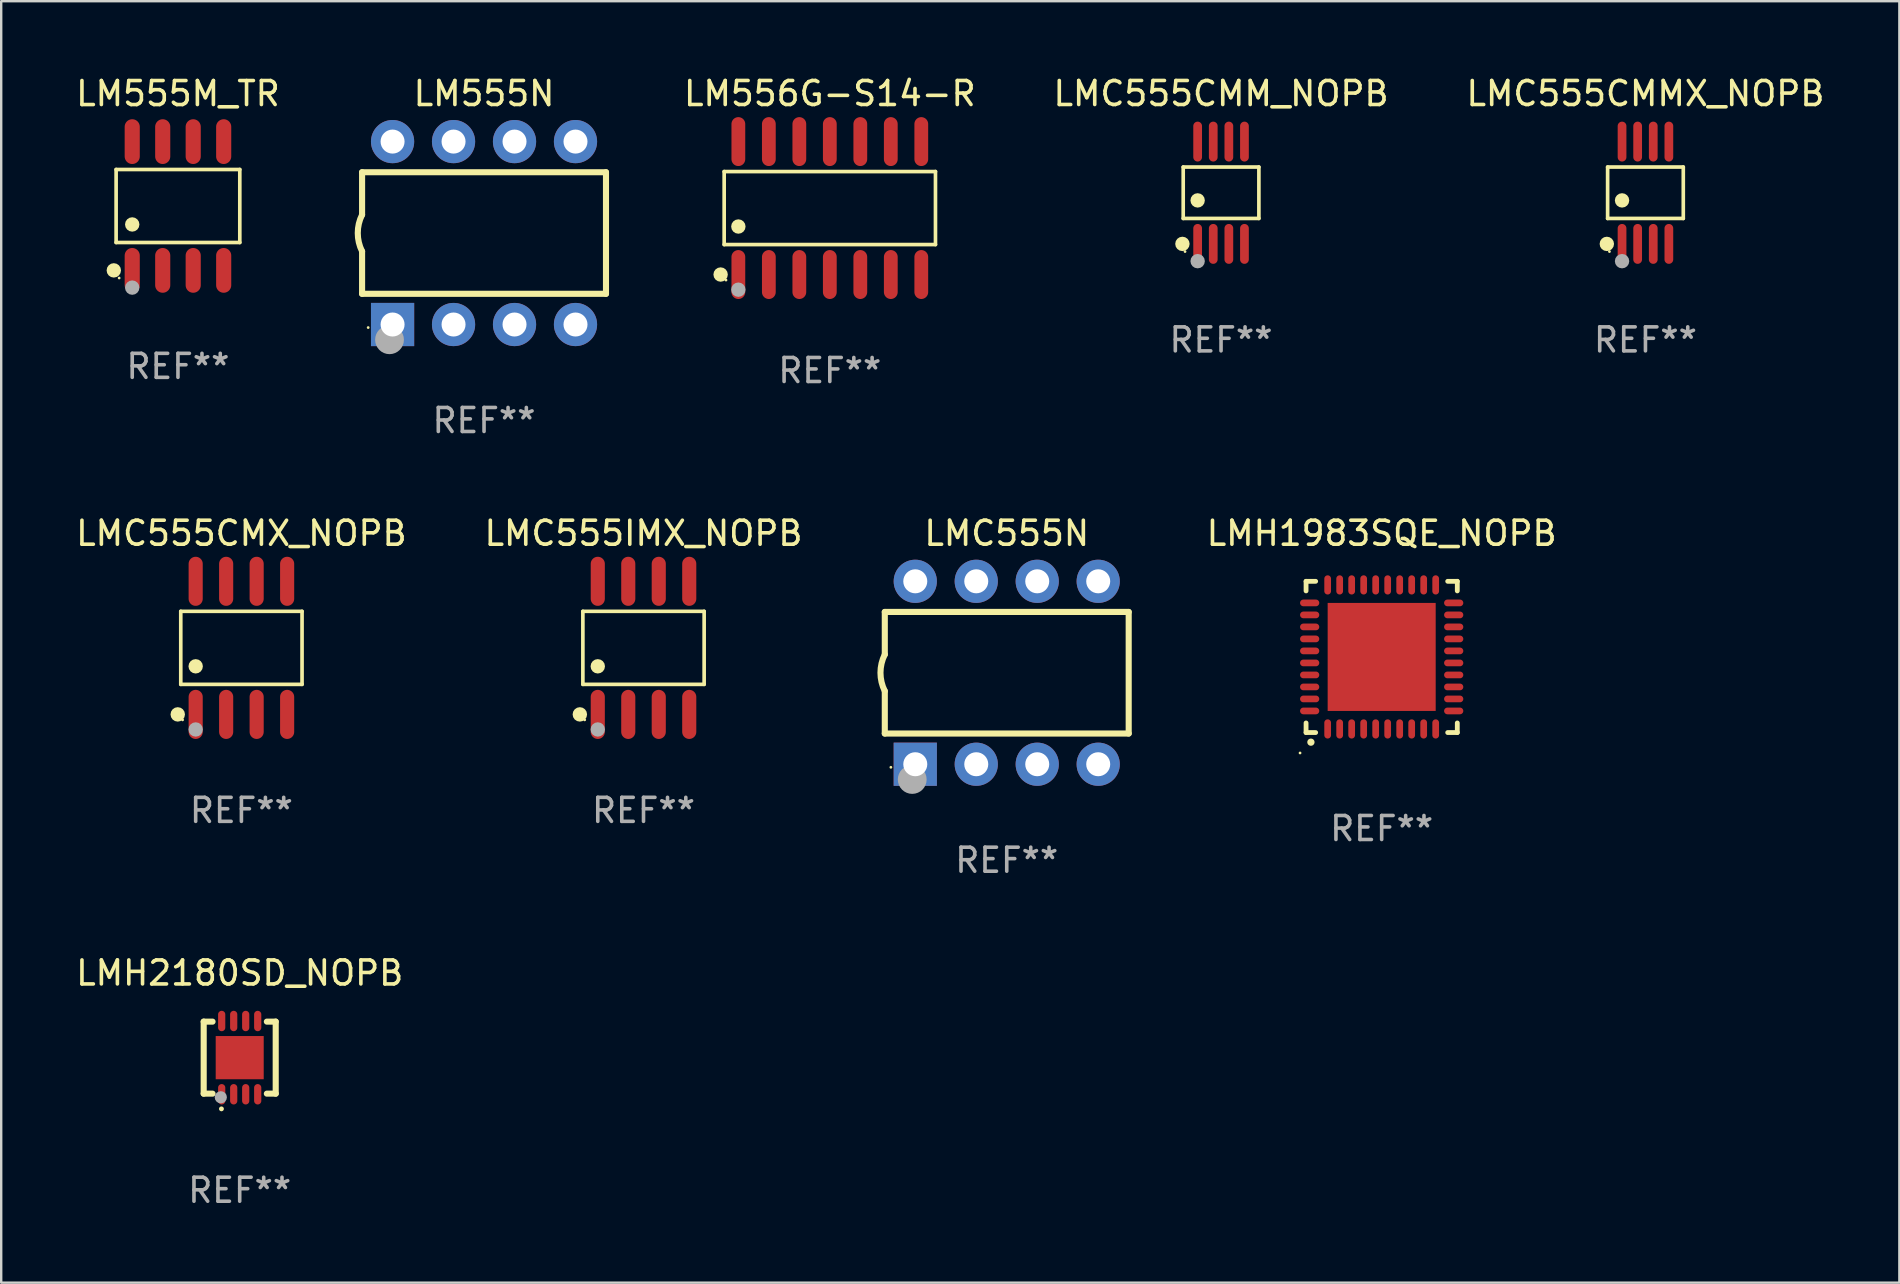
<source format=kicad_pcb>
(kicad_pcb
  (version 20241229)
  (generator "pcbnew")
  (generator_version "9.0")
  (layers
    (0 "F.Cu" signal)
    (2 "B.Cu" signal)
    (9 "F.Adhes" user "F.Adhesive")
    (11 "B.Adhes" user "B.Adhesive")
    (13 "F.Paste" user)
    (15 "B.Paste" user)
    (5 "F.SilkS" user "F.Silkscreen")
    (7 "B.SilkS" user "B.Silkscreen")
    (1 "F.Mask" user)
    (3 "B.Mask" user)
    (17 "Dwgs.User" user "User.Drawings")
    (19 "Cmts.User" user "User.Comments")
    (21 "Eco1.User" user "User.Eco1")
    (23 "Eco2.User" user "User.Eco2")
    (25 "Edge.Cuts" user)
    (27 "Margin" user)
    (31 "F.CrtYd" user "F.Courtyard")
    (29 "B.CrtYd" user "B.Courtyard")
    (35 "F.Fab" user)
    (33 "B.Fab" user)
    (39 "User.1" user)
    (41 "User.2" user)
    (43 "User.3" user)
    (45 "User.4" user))
  (footprint "LMC555CMX_NOPB"
    (layer "F.Cu")
    (at 7.006 23.937)
    (property "Reference" "LMC555CMX_NOPB" (at 0 -4.772 0) (layer "F.SilkS") (effects (font (size 1 1) (thickness 0.15))))
    (attr through_hole)
    (fp_line (start -2.526 -1.521) (end 2.526 -1.521) (stroke (width 0.152) (type solid)) (layer "F.SilkS"))
    (fp_line (start -2.526 1.521) (end -2.526 -1.521) (stroke (width 0.152) (type solid)) (layer "F.SilkS"))
    (fp_line (start 2.526 -1.521) (end 2.526 1.521) (stroke (width 0.152) (type solid)) (layer "F.SilkS"))
    (fp_line (start 2.526 1.521) (end -2.526 1.521) (stroke (width 0.152) (type solid)) (layer "F.SilkS"))
    (fp_circle (center -2.652 2.772) (end -2.501 2.772) (stroke (width 0.3) (type solid)) (fill no) (layer "F.SilkS"))
    (fp_circle (center -2.45 3) (end -2.42 3) (stroke (width 0.06) (type solid)) (fill no) (layer "F.SilkS"))
    (fp_circle (center -1.905 0.769) (end -1.755 0.769) (stroke (width 0.3) (type solid)) (fill no) (layer "F.SilkS"))
    (fp_circle (center -1.905 3.4) (end -1.755 3.4) (stroke (width 0.3) (type solid)) (fill no) (layer "F.Fab"))
    (fp_text user "REF**" (at 0 6.772 0) (layer "F.Fab") (effects (font (size 1 1) (thickness 0.15))))
    (pad "1" smd oval (at -1.905 2.772) (size 0.588 2.045) (layers "F.Cu" "F.Mask" "F.Paste"))
    (pad "2" smd oval (at -0.635 2.772) (size 0.588 2.045) (layers "F.Cu" "F.Mask" "F.Paste"))
    (pad "3" smd oval (at 0.635 2.772) (size 0.588 2.045) (layers "F.Cu" "F.Mask" "F.Paste"))
    (pad "4" smd oval (at 1.905 2.772) (size 0.588 2.045) (layers "F.Cu" "F.Mask" "F.Paste"))
    (pad "5" smd oval (at 1.905 -2.772) (size 0.588 2.045) (layers "F.Cu" "F.Mask" "F.Paste"))
    (pad "6" smd oval (at 0.635 -2.772) (size 0.588 2.045) (layers "F.Cu" "F.Mask" "F.Paste"))
    (pad "7" smd oval (at -0.635 -2.772) (size 0.588 2.045) (layers "F.Cu" "F.Mask" "F.Paste"))
    (pad "8" smd oval (at -1.905 -2.772) (size 0.588 2.045) (layers "F.Cu" "F.Mask" "F.Paste")))
  (footprint "LMH2180SD_NOPB"
    (layer "F.Cu")
    (at 6.935 41.007)
    (property "Reference" "LMH2180SD_NOPB" (at 0 -3.526 0) (layer "F.SilkS") (effects (font (size 1 1) (thickness 0.15))))
    (attr through_hole)
    (fp_line (start -1.5 -1.5) (end -1.131 -1.5) (stroke (width 0.254) (type solid)) (layer "F.SilkS"))
    (fp_line (start -1.5 1.5) (end -1.5 -1.5) (stroke (width 0.254) (type solid)) (layer "F.SilkS"))
    (fp_line (start -1.5 1.5) (end -1.131 1.5) (stroke (width 0.254) (type solid)) (layer "F.SilkS"))
    (fp_line (start 1.131 -1.5) (end 1.5 -1.5) (stroke (width 0.254) (type solid)) (layer "F.SilkS"))
    (fp_line (start 1.131 1.5) (end 1.5 1.5) (stroke (width 0.254) (type solid)) (layer "F.SilkS"))
    (fp_line (start 1.5 -1.5) (end 1.5 1.5) (stroke (width 0.254) (type solid)) (layer "F.SilkS"))
    (fp_arc (start -0.762002 2.133642) (mid -0.760732 2.133634) (end -0.759462 2.133642) (stroke (width 0.2) (type solid)) (layer "F.SilkS"))
    (fp_circle (center -1.5 1.5) (end -1.47 1.5) (stroke (width 0.06) (type solid)) (fill no) (layer "F.SilkS"))
    (fp_circle (center -0.787 1.651) (end -0.66 1.651) (stroke (width 0.254) (type solid)) (fill no) (layer "F.Fab"))
    (fp_text user "REF**" (at 0 5.526 0) (layer "F.Fab") (effects (font (size 1 1) (thickness 0.15))))
    (pad "1" smd oval (at -0.75 1.526) (size 0.3 0.85) (layers "F.Cu" "F.Mask" "F.Paste"))
    (pad "2" smd oval (at -0.25 1.526) (size 0.3 0.85) (layers "F.Cu" "F.Mask" "F.Paste"))
    (pad "3" smd oval (at 0.25 1.526) (size 0.3 0.85) (layers "F.Cu" "F.Mask" "F.Paste"))
    (pad "4" smd oval (at 0.75 1.526) (size 0.3 0.85) (layers "F.Cu" "F.Mask" "F.Paste"))
    (pad "5" smd oval (at 0.75 -1.526 180) (size 0.3 0.85) (layers "F.Cu" "F.Mask" "F.Paste"))
    (pad "6" smd oval (at 0.25 -1.526 180) (size 0.3 0.85) (layers "F.Cu" "F.Mask" "F.Paste"))
    (pad "7" smd oval (at -0.25 -1.526 180) (size 0.3 0.85) (layers "F.Cu" "F.Mask" "F.Paste"))
    (pad "8" smd oval (at -0.75 -1.526 180) (size 0.3 0.85) (layers "F.Cu" "F.Mask" "F.Paste"))
    (pad "9" smd rect (at 0.000051 -0.000013) (size 2 1.8) (layers "F.Cu" "F.Mask" "F.Paste")))
  (footprint "LMC555N"
    (layer "F.Cu")
    (at 38.887 24.975)
    (property "Reference" "LMC555N" (at 0 -5.81 0) (layer "F.SilkS") (effects (font (size 1 1) (thickness 0.15))))
    (attr through_hole)
    (fp_line (start -5.08 -2.534) (end 5.08 -2.534) (stroke (width 0.254) (type solid)) (layer "F.SilkS"))
    (fp_line (start -5.08 -0.762) (end -5.08 -2.534) (stroke (width 0.254) (type solid)) (layer "F.SilkS"))
    (fp_line (start -5.08 2.531) (end -5.08 0.762) (stroke (width 0.254) (type solid)) (layer "F.SilkS"))
    (fp_line (start -5.08 2.531) (end 5.08 2.531) (stroke (width 0.254) (type solid)) (layer "F.SilkS"))
    (fp_line (start 5.08 2.531) (end 5.08 -2.534) (stroke (width 0.254) (type solid)) (layer "F.SilkS"))
    (fp_arc (start -5.08001 0.762001) (mid -5.259894 0) (end -5.08001 -0.762002) (stroke (width 0.254001) (type solid)) (layer "F.SilkS"))
    (fp_circle (center -4.826 3.937) (end -4.796 3.937) (stroke (width 0.06) (type solid)) (fill no) (layer "F.SilkS"))
    (fp_circle (center -3.937 4.445) (end -3.637 4.445) (stroke (width 0.6) (type solid)) (fill no) (layer "F.Fab"))
    (fp_text user "REF**" (at 0 7.81 0) (layer "F.Fab") (effects (font (size 1 1) (thickness 0.15))))
    (pad "1" thru_hole rect (at -3.81 3.81) (size 1.8 1.8) (drill 1) (layers "*.Cu" "*.Mask"))
    (pad "2" thru_hole circle (at -1.27 3.81) (size 1.8 1.8) (drill 1) (layers "*.Cu" "*.Mask"))
    (pad "3" thru_hole circle (at 1.27 3.81) (size 1.8 1.8) (drill 1) (layers "*.Cu" "*.Mask"))
    (pad "4" thru_hole circle (at 3.81 3.81) (size 1.8 1.8) (drill 1) (layers "*.Cu" "*.Mask"))
    (pad "5" thru_hole circle (at 3.81 -3.81) (size 1.8 1.8) (drill 1) (layers "*.Cu" "*.Mask"))
    (pad "6" thru_hole circle (at 1.27 -3.81) (size 1.8 1.8) (drill 1) (layers "*.Cu" "*.Mask"))
    (pad "7" thru_hole circle (at -1.27 -3.81) (size 1.8 1.8) (drill 1) (layers "*.Cu" "*.Mask"))
    (pad "8" thru_hole circle (at -3.81 -3.81) (size 1.8 1.8) (drill 1) (layers "*.Cu" "*.Mask")))
  (footprint "LMH1983SQE_NOPB"
    (layer "F.Cu")
    (at 54.505 24.315)
    (property "Reference" "LMH1983SQE_NOPB" (at 0 -5.15 0) (layer "F.SilkS") (effects (font (size 1 1) (thickness 0.15))))
    (attr through_hole)
    (fp_line (start -3.15 -3.15) (end -2.75 -3.15) (stroke (width 0.2) (type solid)) (layer "F.SilkS"))
    (fp_line (start -3.15 -2.75) (end -3.15 -3.15) (stroke (width 0.2) (type solid)) (layer "F.SilkS"))
    (fp_line (start -3.15 3.15) (end -3.15 2.75) (stroke (width 0.2) (type solid)) (layer "F.SilkS"))
    (fp_line (start -2.75 3.15) (end -3.15 3.15) (stroke (width 0.2) (type solid)) (layer "F.SilkS"))
    (fp_line (start 3.15 -3.15) (end 2.75 -3.15) (stroke (width 0.2) (type solid)) (layer "F.SilkS"))
    (fp_line (start 3.15 -2.75) (end 3.15 -3.15) (stroke (width 0.2) (type solid)) (layer "F.SilkS"))
    (fp_line (start 3.15 2.75) (end 3.15 3.15) (stroke (width 0.2) (type solid)) (layer "F.SilkS"))
    (fp_line (start 3.15 3.15) (end 2.75 3.15) (stroke (width 0.2) (type solid)) (layer "F.SilkS"))
    (fp_arc (start -2.948946 3.550927) (mid -2.947676 3.550922) (end -2.946406 3.550927) (stroke (width 0.3) (type solid)) (layer "F.SilkS"))
    (fp_circle (center -3.4 4.001) (end -3.37 4.001) (stroke (width 0.06) (type solid)) (fill no) (layer "F.SilkS"))
    (fp_text user "REF**" (at 0 7.15 0) (layer "F.Fab") (effects (font (size 1 1) (thickness 0.15))))
    (pad "1" smd oval (at -2.25 3 180) (size 0.28 0.8) (layers "F.Cu" "F.Mask" "F.Paste"))
    (pad "2" smd oval (at -1.75 3 180) (size 0.28 0.8) (layers "F.Cu" "F.Mask" "F.Paste"))
    (pad "3" smd oval (at -1.25 3 180) (size 0.28 0.8) (layers "F.Cu" "F.Mask" "F.Paste"))
    (pad "4" smd oval (at -0.75 3 180) (size 0.28 0.8) (layers "F.Cu" "F.Mask" "F.Paste"))
    (pad "5" smd oval (at -0.25 3 180) (size 0.28 0.8) (layers "F.Cu" "F.Mask" "F.Paste"))
    (pad "6" smd oval (at 0.25 3 180) (size 0.28 0.8) (layers "F.Cu" "F.Mask" "F.Paste"))
    (pad "7" smd oval (at 0.75 3 180) (size 0.28 0.8) (layers "F.Cu" "F.Mask" "F.Paste"))
    (pad "8" smd oval (at 1.25 3 180) (size 0.28 0.8) (layers "F.Cu" "F.Mask" "F.Paste"))
    (pad "9" smd oval (at 1.75 3 180) (size 0.28 0.8) (layers "F.Cu" "F.Mask" "F.Paste"))
    (pad "10" smd oval (at 2.25 3 180) (size 0.28 0.8) (layers "F.Cu" "F.Mask" "F.Paste"))
    (pad "11" smd oval (at 3 2.25 90) (size 0.28 0.8) (layers "F.Cu" "F.Mask" "F.Paste"))
    (pad "12" smd oval (at 3 1.75 90) (size 0.28 0.8) (layers "F.Cu" "F.Mask" "F.Paste"))
    (pad "13" smd oval (at 3 1.25 90) (size 0.28 0.8) (layers "F.Cu" "F.Mask" "F.Paste"))
    (pad "14" smd oval (at 3 0.75 90) (size 0.28 0.8) (layers "F.Cu" "F.Mask" "F.Paste"))
    (pad "15" smd oval (at 3 0.25 90) (size 0.28 0.8) (layers "F.Cu" "F.Mask" "F.Paste"))
    (pad "16" smd oval (at 3 -0.25 90) (size 0.28 0.8) (layers "F.Cu" "F.Mask" "F.Paste"))
    (pad "17" smd oval (at 3 -0.75 90) (size 0.28 0.8) (layers "F.Cu" "F.Mask" "F.Paste"))
    (pad "18" smd oval (at 3 -1.25 90) (size 0.28 0.8) (layers "F.Cu" "F.Mask" "F.Paste"))
    (pad "19" smd oval (at 3 -1.75 90) (size 0.28 0.8) (layers "F.Cu" "F.Mask" "F.Paste"))
    (pad "20" smd oval (at 3 -2.25 90) (size 0.28 0.8) (layers "F.Cu" "F.Mask" "F.Paste"))
    (pad "21" smd oval (at 2.25 -3 180) (size 0.28 0.8) (layers "F.Cu" "F.Mask" "F.Paste"))
    (pad "22" smd oval (at 1.75 -3 180) (size 0.28 0.8) (layers "F.Cu" "F.Mask" "F.Paste"))
    (pad "23" smd oval (at 1.25 -3 180) (size 0.28 0.8) (layers "F.Cu" "F.Mask" "F.Paste"))
    (pad "24" smd oval (at 0.75 -3 180) (size 0.28 0.8) (layers "F.Cu" "F.Mask" "F.Paste"))
    (pad "25" smd oval (at 0.25 -3 180) (size 0.28 0.8) (layers "F.Cu" "F.Mask" "F.Paste"))
    (pad "26" smd oval (at -0.25 -3 180) (size 0.28 0.8) (layers "F.Cu" "F.Mask" "F.Paste"))
    (pad "27" smd oval (at -0.75 -3 180) (size 0.28 0.8) (layers "F.Cu" "F.Mask" "F.Paste"))
    (pad "28" smd oval (at -1.25 -3 180) (size 0.28 0.8) (layers "F.Cu" "F.Mask" "F.Paste"))
    (pad "29" smd oval (at -1.75 -3 180) (size 0.28 0.8) (layers "F.Cu" "F.Mask" "F.Paste"))
    (pad "30" smd oval (at -2.25 -3 180) (size 0.28 0.8) (layers "F.Cu" "F.Mask" "F.Paste"))
    (pad "31" smd oval (at -3 -2.25 90) (size 0.28 0.8) (layers "F.Cu" "F.Mask" "F.Paste"))
    (pad "32" smd oval (at -3 -1.75 90) (size 0.28 0.8) (layers "F.Cu" "F.Mask" "F.Paste"))
    (pad "33" smd oval (at -3 -1.25 90) (size 0.28 0.8) (layers "F.Cu" "F.Mask" "F.Paste"))
    (pad "34" smd oval (at -3 -0.75 90) (size 0.28 0.8) (layers "F.Cu" "F.Mask" "F.Paste"))
    (pad "35" smd oval (at -3 -0.25 90) (size 0.28 0.8) (layers "F.Cu" "F.Mask" "F.Paste"))
    (pad "36" smd oval (at -3 0.25 90) (size 0.28 0.8) (layers "F.Cu" "F.Mask" "F.Paste"))
    (pad "37" smd oval (at -3 0.75 90) (size 0.28 0.8) (layers "F.Cu" "F.Mask" "F.Paste"))
    (pad "38" smd oval (at -3 1.25 90) (size 0.28 0.8) (layers "F.Cu" "F.Mask" "F.Paste"))
    (pad "39" smd oval (at -3 1.75 90) (size 0.28 0.8) (layers "F.Cu" "F.Mask" "F.Paste"))
    (pad "40" smd oval (at -3 2.25 90) (size 0.28 0.8) (layers "F.Cu" "F.Mask" "F.Paste"))
    (pad "41" smd rect (at 0.000051 0.000051 90) (size 4.5 4.5) (layers "F.Cu" "F.Mask" "F.Paste")))
  (footprint "LM555M_TR"
    (layer "F.Cu")
    (at 4.363 5.531)
    (property "Reference" "LM555M_TR" (at 0 -4.682 0) (layer "F.SilkS") (effects (font (size 1 1) (thickness 0.15))))
    (attr through_hole)
    (fp_line (start -2.576 -1.521) (end 2.576 -1.521) (stroke (width 0.152) (type solid)) (layer "F.SilkS"))
    (fp_line (start -2.576 1.521) (end -2.576 -1.521) (stroke (width 0.152) (type solid)) (layer "F.SilkS"))
    (fp_line (start 2.576 -1.521) (end 2.576 1.521) (stroke (width 0.152) (type solid)) (layer "F.SilkS"))
    (fp_line (start 2.576 1.521) (end -2.576 1.521) (stroke (width 0.152) (type solid)) (layer "F.SilkS"))
    (fp_circle (center -2.672 2.682) (end -2.522 2.682) (stroke (width 0.3) (type solid)) (fill no) (layer "F.SilkS"))
    (fp_circle (center -2.45 3) (end -2.42 3) (stroke (width 0.06) (type solid)) (fill no) (layer "F.SilkS"))
    (fp_circle (center -1.905 0.769) (end -1.755 0.769) (stroke (width 0.3) (type solid)) (fill no) (layer "F.SilkS"))
    (fp_circle (center -1.905 3.4) (end -1.755 3.4) (stroke (width 0.3) (type solid)) (fill no) (layer "F.Fab"))
    (fp_text user "REF**" (at 0 6.682 0) (layer "F.Fab") (effects (font (size 1 1) (thickness 0.15))))
    (pad "1" smd oval (at -1.905 2.682) (size 0.63 1.865) (layers "F.Cu" "F.Mask" "F.Paste"))
    (pad "2" smd oval (at -0.635 2.682) (size 0.63 1.865) (layers "F.Cu" "F.Mask" "F.Paste"))
    (pad "3" smd oval (at 0.635 2.682) (size 0.63 1.865) (layers "F.Cu" "F.Mask" "F.Paste"))
    (pad "4" smd oval (at 1.905 2.682) (size 0.63 1.865) (layers "F.Cu" "F.Mask" "F.Paste"))
    (pad "5" smd oval (at 1.905 -2.682) (size 0.63 1.865) (layers "F.Cu" "F.Mask" "F.Paste"))
    (pad "6" smd oval (at 0.635 -2.682) (size 0.63 1.865) (layers "F.Cu" "F.Mask" "F.Paste"))
    (pad "7" smd oval (at -0.635 -2.682) (size 0.63 1.865) (layers "F.Cu" "F.Mask" "F.Paste"))
    (pad "8" smd oval (at -1.905 -2.682) (size 0.63 1.865) (layers "F.Cu" "F.Mask" "F.Paste")))
  (footprint "LMC555CMMX_NOPB"
    (layer "F.Cu")
    (at 65.493 4.979)
    (property "Reference" "LMC555CMMX_NOPB" (at 0 -4.131 0) (layer "F.SilkS") (effects (font (size 1 1) (thickness 0.15))))
    (attr through_hole)
    (fp_line (start -1.576 -1.071) (end 1.576 -1.071) (stroke (width 0.152) (type solid)) (layer "F.SilkS"))
    (fp_line (start -1.576 1.071) (end -1.576 -1.071) (stroke (width 0.152) (type solid)) (layer "F.SilkS"))
    (fp_line (start 1.576 -1.071) (end 1.576 1.071) (stroke (width 0.152) (type solid)) (layer "F.SilkS"))
    (fp_line (start 1.576 1.071) (end -1.576 1.071) (stroke (width 0.152) (type solid)) (layer "F.SilkS"))
    (fp_circle (center -1.609 2.131) (end -1.459 2.131) (stroke (width 0.3) (type solid)) (fill no) (layer "F.SilkS"))
    (fp_circle (center -1.5 2.45) (end -1.47 2.45) (stroke (width 0.06) (type solid)) (fill no) (layer "F.SilkS"))
    (fp_circle (center -0.975 0.319) (end -0.825 0.319) (stroke (width 0.3) (type solid)) (fill no) (layer "F.SilkS"))
    (fp_circle (center -0.975 2.85) (end -0.825 2.85) (stroke (width 0.3) (type solid)) (fill no) (layer "F.Fab"))
    (fp_text user "REF**" (at 0 6.131 0) (layer "F.Fab") (effects (font (size 1 1) (thickness 0.15))))
    (pad "1" smd oval (at -0.975 2.131) (size 0.364 1.662) (layers "F.Cu" "F.Mask" "F.Paste"))
    (pad "2" smd oval (at -0.325 2.131) (size 0.364 1.662) (layers "F.Cu" "F.Mask" "F.Paste"))
    (pad "3" smd oval (at 0.325 2.131) (size 0.364 1.662) (layers "F.Cu" "F.Mask" "F.Paste"))
    (pad "4" smd oval (at 0.975 2.131) (size 0.364 1.662) (layers "F.Cu" "F.Mask" "F.Paste"))
    (pad "5" smd oval (at 0.975 -2.131) (size 0.364 1.662) (layers "F.Cu" "F.Mask" "F.Paste"))
    (pad "6" smd oval (at 0.325 -2.131) (size 0.364 1.662) (layers "F.Cu" "F.Mask" "F.Paste"))
    (pad "7" smd oval (at -0.325 -2.131) (size 0.364 1.662) (layers "F.Cu" "F.Mask" "F.Paste"))
    (pad "8" smd oval (at -0.975 -2.131) (size 0.364 1.662) (layers "F.Cu" "F.Mask" "F.Paste")))
  (footprint "LM555N"
    (layer "F.Cu")
    (at 17.113 6.658)
    (property "Reference" "LM555N" (at 0 -5.81 0) (layer "F.SilkS") (effects (font (size 1 1) (thickness 0.15))))
    (attr through_hole)
    (fp_line (start -5.08 -2.534) (end 5.08 -2.534) (stroke (width 0.254) (type solid)) (layer "F.SilkS"))
    (fp_line (start -5.08 -0.762) (end -5.08 -2.534) (stroke (width 0.254) (type solid)) (layer "F.SilkS"))
    (fp_line (start -5.08 2.531) (end -5.08 0.762) (stroke (width 0.254) (type solid)) (layer "F.SilkS"))
    (fp_line (start -5.08 2.531) (end 5.08 2.531) (stroke (width 0.254) (type solid)) (layer "F.SilkS"))
    (fp_line (start 5.08 2.531) (end 5.08 -2.534) (stroke (width 0.254) (type solid)) (layer "F.SilkS"))
    (fp_arc (start -5.08001 0.762001) (mid -5.259894 0) (end -5.08001 -0.762002) (stroke (width 0.254001) (type solid)) (layer "F.SilkS"))
    (fp_circle (center -4.826 3.937) (end -4.796 3.937) (stroke (width 0.06) (type solid)) (fill no) (layer "F.SilkS"))
    (fp_circle (center -3.937 4.445) (end -3.637 4.445) (stroke (width 0.6) (type solid)) (fill no) (layer "F.Fab"))
    (fp_text user "REF**" (at 0 7.81 0) (layer "F.Fab") (effects (font (size 1 1) (thickness 0.15))))
    (pad "1" thru_hole rect (at -3.81 3.81) (size 1.8 1.8) (drill 1) (layers "*.Cu" "*.Mask"))
    (pad "2" thru_hole circle (at -1.27 3.81) (size 1.8 1.8) (drill 1) (layers "*.Cu" "*.Mask"))
    (pad "3" thru_hole circle (at 1.27 3.81) (size 1.8 1.8) (drill 1) (layers "*.Cu" "*.Mask"))
    (pad "4" thru_hole circle (at 3.81 3.81) (size 1.8 1.8) (drill 1) (layers "*.Cu" "*.Mask"))
    (pad "5" thru_hole circle (at 3.81 -3.81) (size 1.8 1.8) (drill 1) (layers "*.Cu" "*.Mask"))
    (pad "6" thru_hole circle (at 1.27 -3.81) (size 1.8 1.8) (drill 1) (layers "*.Cu" "*.Mask"))
    (pad "7" thru_hole circle (at -1.27 -3.81) (size 1.8 1.8) (drill 1) (layers "*.Cu" "*.Mask"))
    (pad "8" thru_hole circle (at -3.81 -3.81) (size 1.8 1.8) (drill 1) (layers "*.Cu" "*.Mask")))
  (footprint "LMC555CMM_NOPB"
    (layer "F.Cu")
    (at 47.814 4.979)
    (property "Reference" "LMC555CMM_NOPB" (at 0 -4.131 0) (layer "F.SilkS") (effects (font (size 1 1) (thickness 0.15))))
    (attr through_hole)
    (fp_line (start -1.576 -1.071) (end 1.576 -1.071) (stroke (width 0.152) (type solid)) (layer "F.SilkS"))
    (fp_line (start -1.576 1.071) (end -1.576 -1.071) (stroke (width 0.152) (type solid)) (layer "F.SilkS"))
    (fp_line (start 1.576 -1.071) (end 1.576 1.071) (stroke (width 0.152) (type solid)) (layer "F.SilkS"))
    (fp_line (start 1.576 1.071) (end -1.576 1.071) (stroke (width 0.152) (type solid)) (layer "F.SilkS"))
    (fp_circle (center -1.609 2.131) (end -1.459 2.131) (stroke (width 0.3) (type solid)) (fill no) (layer "F.SilkS"))
    (fp_circle (center -1.5 2.45) (end -1.47 2.45) (stroke (width 0.06) (type solid)) (fill no) (layer "F.SilkS"))
    (fp_circle (center -0.975 0.319) (end -0.825 0.319) (stroke (width 0.3) (type solid)) (fill no) (layer "F.SilkS"))
    (fp_circle (center -0.975 2.85) (end -0.825 2.85) (stroke (width 0.3) (type solid)) (fill no) (layer "F.Fab"))
    (fp_text user "REF**" (at 0 6.131 0) (layer "F.Fab") (effects (font (size 1 1) (thickness 0.15))))
    (pad "1" smd oval (at -0.975 2.131) (size 0.364 1.662) (layers "F.Cu" "F.Mask" "F.Paste"))
    (pad "2" smd oval (at -0.325 2.131) (size 0.364 1.662) (layers "F.Cu" "F.Mask" "F.Paste"))
    (pad "3" smd oval (at 0.325 2.131) (size 0.364 1.662) (layers "F.Cu" "F.Mask" "F.Paste"))
    (pad "4" smd oval (at 0.975 2.131) (size 0.364 1.662) (layers "F.Cu" "F.Mask" "F.Paste"))
    (pad "5" smd oval (at 0.975 -2.131) (size 0.364 1.662) (layers "F.Cu" "F.Mask" "F.Paste"))
    (pad "6" smd oval (at 0.325 -2.131) (size 0.364 1.662) (layers "F.Cu" "F.Mask" "F.Paste"))
    (pad "7" smd oval (at -0.325 -2.131) (size 0.364 1.662) (layers "F.Cu" "F.Mask" "F.Paste"))
    (pad "8" smd oval (at -0.975 -2.131) (size 0.364 1.662) (layers "F.Cu" "F.Mask" "F.Paste")))
  (footprint "LMC555IMX_NOPB"
    (layer "F.Cu")
    (at 23.756 23.937)
    (property "Reference" "LMC555IMX_NOPB" (at 0 -4.772 0) (layer "F.SilkS") (effects (font (size 1 1) (thickness 0.15))))
    (attr through_hole)
    (fp_line (start -2.526 -1.521) (end 2.526 -1.521) (stroke (width 0.152) (type solid)) (layer "F.SilkS"))
    (fp_line (start -2.526 1.521) (end -2.526 -1.521) (stroke (width 0.152) (type solid)) (layer "F.SilkS"))
    (fp_line (start 2.526 -1.521) (end 2.526 1.521) (stroke (width 0.152) (type solid)) (layer "F.SilkS"))
    (fp_line (start 2.526 1.521) (end -2.526 1.521) (stroke (width 0.152) (type solid)) (layer "F.SilkS"))
    (fp_circle (center -2.652 2.772) (end -2.501 2.772) (stroke (width 0.3) (type solid)) (fill no) (layer "F.SilkS"))
    (fp_circle (center -2.45 3) (end -2.42 3) (stroke (width 0.06) (type solid)) (fill no) (layer "F.SilkS"))
    (fp_circle (center -1.905 0.769) (end -1.755 0.769) (stroke (width 0.3) (type solid)) (fill no) (layer "F.SilkS"))
    (fp_circle (center -1.905 3.4) (end -1.755 3.4) (stroke (width 0.3) (type solid)) (fill no) (layer "F.Fab"))
    (fp_text user "REF**" (at 0 6.772 0) (layer "F.Fab") (effects (font (size 1 1) (thickness 0.15))))
    (pad "1" smd oval (at -1.905 2.772) (size 0.588 2.045) (layers "F.Cu" "F.Mask" "F.Paste"))
    (pad "2" smd oval (at -0.635 2.772) (size 0.588 2.045) (layers "F.Cu" "F.Mask" "F.Paste"))
    (pad "3" smd oval (at 0.635 2.772) (size 0.588 2.045) (layers "F.Cu" "F.Mask" "F.Paste"))
    (pad "4" smd oval (at 1.905 2.772) (size 0.588 2.045) (layers "F.Cu" "F.Mask" "F.Paste"))
    (pad "5" smd oval (at 1.905 -2.772) (size 0.588 2.045) (layers "F.Cu" "F.Mask" "F.Paste"))
    (pad "6" smd oval (at 0.635 -2.772) (size 0.588 2.045) (layers "F.Cu" "F.Mask" "F.Paste"))
    (pad "7" smd oval (at -0.635 -2.772) (size 0.588 2.045) (layers "F.Cu" "F.Mask" "F.Paste"))
    (pad "8" smd oval (at -1.905 -2.772) (size 0.588 2.045) (layers "F.Cu" "F.Mask" "F.Paste")))
  (footprint "LM556G-S14-R"
    (layer "F.Cu")
    (at 31.517 5.617)
    (property "Reference" "LM556G-S14-R" (at 0 -4.769 0) (layer "F.SilkS") (effects (font (size 1 1) (thickness 0.15))))
    (attr through_hole)
    (fp_line (start -4.401 -1.521) (end 4.401 -1.521) (stroke (width 0.152) (type solid)) (layer "F.SilkS"))
    (fp_line (start -4.401 1.521) (end -4.401 -1.521) (stroke (width 0.152) (type solid)) (layer "F.SilkS"))
    (fp_line (start 4.401 -1.521) (end 4.401 1.521) (stroke (width 0.152) (type solid)) (layer "F.SilkS"))
    (fp_line (start 4.401 1.521) (end -4.401 1.521) (stroke (width 0.152) (type solid)) (layer "F.SilkS"))
    (fp_circle (center -4.549 2.769) (end -4.399 2.769) (stroke (width 0.3) (type solid)) (fill no) (layer "F.SilkS"))
    (fp_circle (center -4.325 3) (end -4.295 3) (stroke (width 0.06) (type solid)) (fill no) (layer "F.SilkS"))
    (fp_circle (center -3.81 0.769) (end -3.66 0.769) (stroke (width 0.3) (type solid)) (fill no) (layer "F.SilkS"))
    (fp_circle (center -3.81 3.4) (end -3.66 3.4) (stroke (width 0.3) (type solid)) (fill no) (layer "F.Fab"))
    (fp_text user "REF**" (at 0 6.769 0) (layer "F.Fab") (effects (font (size 1 1) (thickness 0.15))))
    (pad "1" smd oval (at -3.81 2.769) (size 0.574 2.038) (layers "F.Cu" "F.Mask" "F.Paste"))
    (pad "2" smd oval (at -2.54 2.769) (size 0.574 2.038) (layers "F.Cu" "F.Mask" "F.Paste"))
    (pad "3" smd oval (at -1.27 2.769) (size 0.574 2.038) (layers "F.Cu" "F.Mask" "F.Paste"))
    (pad "4" smd oval (at 0 2.769) (size 0.574 2.038) (layers "F.Cu" "F.Mask" "F.Paste"))
    (pad "5" smd oval (at 1.27 2.769) (size 0.574 2.038) (layers "F.Cu" "F.Mask" "F.Paste"))
    (pad "6" smd oval (at 2.54 2.769) (size 0.574 2.038) (layers "F.Cu" "F.Mask" "F.Paste"))
    (pad "7" smd oval (at 3.81 2.769) (size 0.574 2.038) (layers "F.Cu" "F.Mask" "F.Paste"))
    (pad "8" smd oval (at 3.81 -2.769) (size 0.574 2.038) (layers "F.Cu" "F.Mask" "F.Paste"))
    (pad "9" smd oval (at 2.54 -2.769) (size 0.574 2.038) (layers "F.Cu" "F.Mask" "F.Paste"))
    (pad "10" smd oval (at 1.27 -2.769) (size 0.574 2.038) (layers "F.Cu" "F.Mask" "F.Paste"))
    (pad "11" smd oval (at 0 -2.769) (size 0.574 2.038) (layers "F.Cu" "F.Mask" "F.Paste"))
    (pad "12" smd oval (at -1.27 -2.769) (size 0.574 2.038) (layers "F.Cu" "F.Mask" "F.Paste"))
    (pad "13" smd oval (at -2.54 -2.769) (size 0.574 2.038) (layers "F.Cu" "F.Mask" "F.Paste"))
    (pad "14" smd oval (at -3.81 -2.769) (size 0.574 2.038) (layers "F.Cu" "F.Mask" "F.Paste")))
  (gr_rect
    (start -3 -3)
    (end 76.07 50.381)
    (stroke (width 0.1) (type default))
    (fill no)
    (layer "Edge.Cuts")))
</source>
